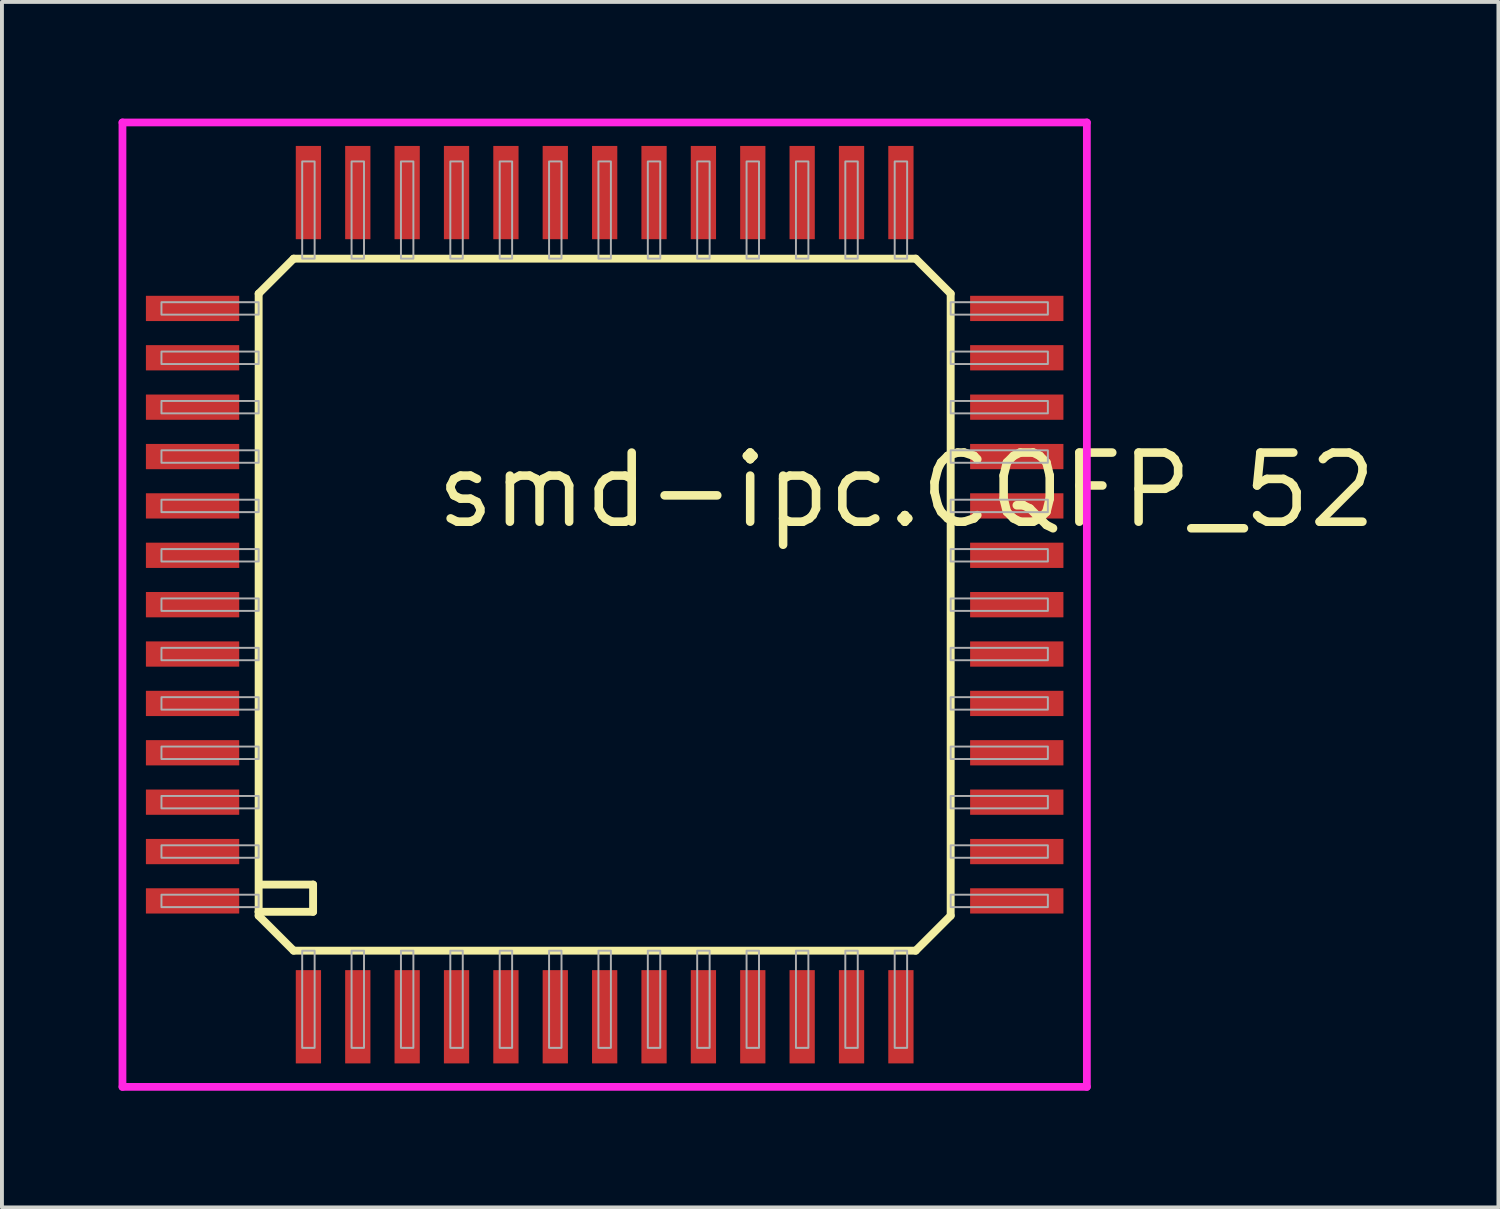
<source format=kicad_pcb>
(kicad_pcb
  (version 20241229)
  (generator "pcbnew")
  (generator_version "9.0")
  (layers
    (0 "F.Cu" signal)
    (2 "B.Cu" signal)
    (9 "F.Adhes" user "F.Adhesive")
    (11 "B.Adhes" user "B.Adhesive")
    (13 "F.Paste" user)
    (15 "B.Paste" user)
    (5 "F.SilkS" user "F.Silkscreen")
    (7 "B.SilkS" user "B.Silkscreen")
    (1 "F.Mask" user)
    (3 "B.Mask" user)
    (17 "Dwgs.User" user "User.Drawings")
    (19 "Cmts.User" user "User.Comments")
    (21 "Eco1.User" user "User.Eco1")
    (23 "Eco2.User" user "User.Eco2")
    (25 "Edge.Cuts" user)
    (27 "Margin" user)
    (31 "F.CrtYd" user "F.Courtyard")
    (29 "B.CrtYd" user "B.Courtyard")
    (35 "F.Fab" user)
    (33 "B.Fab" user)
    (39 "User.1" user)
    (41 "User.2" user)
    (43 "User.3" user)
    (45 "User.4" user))
  (footprint "smd-ipc.CQFP_52"
    (layer "F.Cu")
    (at 12.503 12.503)
    (property "Reference" "smd-ipc.CQFP_52" (at -4.445 -1.905 0) (layer "F.SilkS") (effects (font (size 1.778 1.778) (thickness 0.22)) (justify left bottom)))
    (attr smd)
    (fp_line (start -8.9 -8) (end -8.9 7.9) (stroke (width 0.203) (type default)) (layer "F.SilkS"))
    (fp_line (start -8.9 -8) (end -8 -8.9) (stroke (width 0.203) (type default)) (layer "F.SilkS"))
    (fp_line (start -8.9 7.9) (end -8.9 8) (stroke (width 0.203) (type default)) (layer "F.SilkS"))
    (fp_line (start -8.9 7.9) (end -7.5 7.9) (stroke (width 0.203) (type default)) (layer "F.SilkS"))
    (fp_line (start -8.9 8) (end -8 8.9) (stroke (width 0.203) (type default)) (layer "F.SilkS"))
    (fp_line (start -8 8.9) (end 8 8.9) (stroke (width 0.203) (type default)) (layer "F.SilkS"))
    (fp_line (start -7.5 7.2) (end -8.8 7.2) (stroke (width 0.203) (type default)) (layer "F.SilkS"))
    (fp_line (start -7.5 7.9) (end -7.5 7.2) (stroke (width 0.203) (type default)) (layer "F.SilkS"))
    (fp_line (start 8 -8.9) (end -8 -8.9) (stroke (width 0.203) (type default)) (layer "F.SilkS"))
    (fp_line (start 8 -8.9) (end 8.9 -8) (stroke (width 0.203) (type default)) (layer "F.SilkS"))
    (fp_line (start 8 8.9) (end 8.9 8) (stroke (width 0.203) (type default)) (layer "F.SilkS"))
    (fp_line (start 8.9 8) (end 8.9 -8) (stroke (width 0.203) (type default)) (layer "F.SilkS"))
    (fp_line (start -12.403 -12.403) (end 12.403 -12.403) (stroke (width 0.2) (type default)) (layer "F.CrtYd"))
    (fp_line (start -12.403 12.403) (end -12.403 -12.403) (stroke (width 0.2) (type default)) (layer "F.CrtYd"))
    (fp_line (start 12.403 -12.403) (end 12.403 12.403) (stroke (width 0.2) (type default)) (layer "F.CrtYd"))
    (fp_line (start 12.403 12.403) (end -12.403 12.403) (stroke (width 0.2) (type default)) (layer "F.CrtYd"))
    (fp_rect (start -11.4 -7.46) (end -8.9 -7.78) (stroke (width 0.05) (type default)) (fill no) (layer "F.Fab"))
    (fp_rect (start -11.4 -6.19) (end -8.9 -6.51) (stroke (width 0.05) (type default)) (fill no) (layer "F.Fab"))
    (fp_rect (start -11.4 -4.92) (end -8.9 -5.24) (stroke (width 0.05) (type default)) (fill no) (layer "F.Fab"))
    (fp_rect (start -11.4 -3.65) (end -8.9 -3.97) (stroke (width 0.05) (type default)) (fill no) (layer "F.Fab"))
    (fp_rect (start -11.4 -2.38) (end -8.9 -2.7) (stroke (width 0.05) (type default)) (fill no) (layer "F.Fab"))
    (fp_rect (start -11.4 -1.11) (end -8.9 -1.43) (stroke (width 0.05) (type default)) (fill no) (layer "F.Fab"))
    (fp_rect (start -11.4 0.16) (end -8.9 -0.16) (stroke (width 0.05) (type default)) (fill no) (layer "F.Fab"))
    (fp_rect (start -11.4 1.43) (end -8.9 1.11) (stroke (width 0.05) (type default)) (fill no) (layer "F.Fab"))
    (fp_rect (start -11.4 2.7) (end -8.9 2.38) (stroke (width 0.05) (type default)) (fill no) (layer "F.Fab"))
    (fp_rect (start -11.4 3.97) (end -8.9 3.65) (stroke (width 0.05) (type default)) (fill no) (layer "F.Fab"))
    (fp_rect (start -11.4 5.24) (end -8.9 4.92) (stroke (width 0.05) (type default)) (fill no) (layer "F.Fab"))
    (fp_rect (start -11.4 6.51) (end -8.9 6.19) (stroke (width 0.05) (type default)) (fill no) (layer "F.Fab"))
    (fp_rect (start -11.4 7.78) (end -8.9 7.46) (stroke (width 0.05) (type default)) (fill no) (layer "F.Fab"))
    (fp_rect (start -7.78 -8.9) (end -7.46 -11.4) (stroke (width 0.05) (type default)) (fill no) (layer "F.Fab"))
    (fp_rect (start -7.78 11.4) (end -7.46 8.9) (stroke (width 0.05) (type default)) (fill no) (layer "F.Fab"))
    (fp_rect (start -6.51 -8.9) (end -6.19 -11.4) (stroke (width 0.05) (type default)) (fill no) (layer "F.Fab"))
    (fp_rect (start -6.51 11.4) (end -6.19 8.9) (stroke (width 0.05) (type default)) (fill no) (layer "F.Fab"))
    (fp_rect (start -5.24 -8.9) (end -4.92 -11.4) (stroke (width 0.05) (type default)) (fill no) (layer "F.Fab"))
    (fp_rect (start -5.24 11.4) (end -4.92 8.9) (stroke (width 0.05) (type default)) (fill no) (layer "F.Fab"))
    (fp_rect (start -3.97 -8.9) (end -3.65 -11.4) (stroke (width 0.05) (type default)) (fill no) (layer "F.Fab"))
    (fp_rect (start -3.97 11.4) (end -3.65 8.9) (stroke (width 0.05) (type default)) (fill no) (layer "F.Fab"))
    (fp_rect (start -2.7 -8.9) (end -2.38 -11.4) (stroke (width 0.05) (type default)) (fill no) (layer "F.Fab"))
    (fp_rect (start -2.7 11.4) (end -2.38 8.9) (stroke (width 0.05) (type default)) (fill no) (layer "F.Fab"))
    (fp_rect (start -1.43 -8.9) (end -1.11 -11.4) (stroke (width 0.05) (type default)) (fill no) (layer "F.Fab"))
    (fp_rect (start -1.43 11.4) (end -1.11 8.9) (stroke (width 0.05) (type default)) (fill no) (layer "F.Fab"))
    (fp_rect (start -0.16 -8.9) (end 0.16 -11.4) (stroke (width 0.05) (type default)) (fill no) (layer "F.Fab"))
    (fp_rect (start -0.16 11.4) (end 0.16 8.9) (stroke (width 0.05) (type default)) (fill no) (layer "F.Fab"))
    (fp_rect (start 1.11 -8.9) (end 1.43 -11.4) (stroke (width 0.05) (type default)) (fill no) (layer "F.Fab"))
    (fp_rect (start 1.11 11.4) (end 1.43 8.9) (stroke (width 0.05) (type default)) (fill no) (layer "F.Fab"))
    (fp_rect (start 2.38 -8.9) (end 2.7 -11.4) (stroke (width 0.05) (type default)) (fill no) (layer "F.Fab"))
    (fp_rect (start 2.38 11.4) (end 2.7 8.9) (stroke (width 0.05) (type default)) (fill no) (layer "F.Fab"))
    (fp_rect (start 3.65 -8.9) (end 3.97 -11.4) (stroke (width 0.05) (type default)) (fill no) (layer "F.Fab"))
    (fp_rect (start 3.65 11.4) (end 3.97 8.9) (stroke (width 0.05) (type default)) (fill no) (layer "F.Fab"))
    (fp_rect (start 4.92 -8.9) (end 5.24 -11.4) (stroke (width 0.05) (type default)) (fill no) (layer "F.Fab"))
    (fp_rect (start 4.92 11.4) (end 5.24 8.9) (stroke (width 0.05) (type default)) (fill no) (layer "F.Fab"))
    (fp_rect (start 6.19 -8.9) (end 6.51 -11.4) (stroke (width 0.05) (type default)) (fill no) (layer "F.Fab"))
    (fp_rect (start 6.19 11.4) (end 6.51 8.9) (stroke (width 0.05) (type default)) (fill no) (layer "F.Fab"))
    (fp_rect (start 7.46 -8.9) (end 7.78 -11.4) (stroke (width 0.05) (type default)) (fill no) (layer "F.Fab"))
    (fp_rect (start 7.46 11.4) (end 7.78 8.9) (stroke (width 0.05) (type default)) (fill no) (layer "F.Fab"))
    (fp_rect (start 8.9 -7.46) (end 11.4 -7.78) (stroke (width 0.05) (type default)) (fill no) (layer "F.Fab"))
    (fp_rect (start 8.9 -6.19) (end 11.4 -6.51) (stroke (width 0.05) (type default)) (fill no) (layer "F.Fab"))
    (fp_rect (start 8.9 -4.92) (end 11.4 -5.24) (stroke (width 0.05) (type default)) (fill no) (layer "F.Fab"))
    (fp_rect (start 8.9 -3.65) (end 11.4 -3.97) (stroke (width 0.05) (type default)) (fill no) (layer "F.Fab"))
    (fp_rect (start 8.9 -2.38) (end 11.4 -2.7) (stroke (width 0.05) (type default)) (fill no) (layer "F.Fab"))
    (fp_rect (start 8.9 -1.11) (end 11.4 -1.43) (stroke (width 0.05) (type default)) (fill no) (layer "F.Fab"))
    (fp_rect (start 8.9 0.16) (end 11.4 -0.16) (stroke (width 0.05) (type default)) (fill no) (layer "F.Fab"))
    (fp_rect (start 8.9 1.43) (end 11.4 1.11) (stroke (width 0.05) (type default)) (fill no) (layer "F.Fab"))
    (fp_rect (start 8.9 2.7) (end 11.4 2.38) (stroke (width 0.05) (type default)) (fill no) (layer "F.Fab"))
    (fp_rect (start 8.9 3.97) (end 11.4 3.65) (stroke (width 0.05) (type default)) (fill no) (layer "F.Fab"))
    (fp_rect (start 8.9 5.24) (end 11.4 4.92) (stroke (width 0.05) (type default)) (fill no) (layer "F.Fab"))
    (fp_rect (start 8.9 6.51) (end 11.4 6.19) (stroke (width 0.05) (type default)) (fill no) (layer "F.Fab"))
    (fp_rect (start 8.9 7.78) (end 11.4 7.46) (stroke (width 0.05) (type default)) (fill no) (layer "F.Fab"))
    (pad "1" smd roundrect (at -7.62 10.6) (size 0.65 2.4) (layers "F.Cu" "F.Mask" "F.Paste") (roundrect_rratio 0.01))
    (pad "2" smd roundrect (at -6.35 10.6) (size 0.65 2.4) (layers "F.Cu" "F.Mask" "F.Paste") (roundrect_rratio 0.01))
    (pad "3" smd roundrect (at -5.08 10.6) (size 0.65 2.4) (layers "F.Cu" "F.Mask" "F.Paste") (roundrect_rratio 0.01))
    (pad "4" smd roundrect (at -3.81 10.6) (size 0.65 2.4) (layers "F.Cu" "F.Mask" "F.Paste") (roundrect_rratio 0.01))
    (pad "5" smd roundrect (at -2.54 10.6) (size 0.65 2.4) (layers "F.Cu" "F.Mask" "F.Paste") (roundrect_rratio 0.01))
    (pad "6" smd roundrect (at -1.27 10.6) (size 0.65 2.4) (layers "F.Cu" "F.Mask" "F.Paste") (roundrect_rratio 0.01))
    (pad "7" smd roundrect (at 0 10.6) (size 0.65 2.4) (layers "F.Cu" "F.Mask" "F.Paste") (roundrect_rratio 0.01))
    (pad "8" smd roundrect (at 1.27 10.6) (size 0.65 2.4) (layers "F.Cu" "F.Mask" "F.Paste") (roundrect_rratio 0.01))
    (pad "9" smd roundrect (at 2.54 10.6) (size 0.65 2.4) (layers "F.Cu" "F.Mask" "F.Paste") (roundrect_rratio 0.01))
    (pad "10" smd roundrect (at 3.81 10.6) (size 0.65 2.4) (layers "F.Cu" "F.Mask" "F.Paste") (roundrect_rratio 0.01))
    (pad "11" smd roundrect (at 5.08 10.6) (size 0.65 2.4) (layers "F.Cu" "F.Mask" "F.Paste") (roundrect_rratio 0.01))
    (pad "12" smd roundrect (at 6.35 10.6) (size 0.65 2.4) (layers "F.Cu" "F.Mask" "F.Paste") (roundrect_rratio 0.01))
    (pad "13" smd roundrect (at 7.62 10.6) (size 0.65 2.4) (layers "F.Cu" "F.Mask" "F.Paste") (roundrect_rratio 0.01))
    (pad "14" smd roundrect (at 10.6 7.62) (size 2.4 0.65) (layers "F.Cu" "F.Mask" "F.Paste") (roundrect_rratio 0.01))
    (pad "15" smd roundrect (at 10.6 6.35) (size 2.4 0.65) (layers "F.Cu" "F.Mask" "F.Paste") (roundrect_rratio 0.01))
    (pad "16" smd roundrect (at 10.6 5.08) (size 2.4 0.65) (layers "F.Cu" "F.Mask" "F.Paste") (roundrect_rratio 0.01))
    (pad "17" smd roundrect (at 10.6 3.81) (size 2.4 0.65) (layers "F.Cu" "F.Mask" "F.Paste") (roundrect_rratio 0.01))
    (pad "18" smd roundrect (at 10.6 2.54) (size 2.4 0.65) (layers "F.Cu" "F.Mask" "F.Paste") (roundrect_rratio 0.01))
    (pad "19" smd roundrect (at 10.6 1.27) (size 2.4 0.65) (layers "F.Cu" "F.Mask" "F.Paste") (roundrect_rratio 0.01))
    (pad "20" smd roundrect (at 10.6 0) (size 2.4 0.65) (layers "F.Cu" "F.Mask" "F.Paste") (roundrect_rratio 0.01))
    (pad "21" smd roundrect (at 10.6 -1.27) (size 2.4 0.65) (layers "F.Cu" "F.Mask" "F.Paste") (roundrect_rratio 0.01))
    (pad "22" smd roundrect (at 10.6 -2.54) (size 2.4 0.65) (layers "F.Cu" "F.Mask" "F.Paste") (roundrect_rratio 0.01))
    (pad "23" smd roundrect (at 10.6 -3.81) (size 2.4 0.65) (layers "F.Cu" "F.Mask" "F.Paste") (roundrect_rratio 0.01))
    (pad "24" smd roundrect (at 10.6 -5.08) (size 2.4 0.65) (layers "F.Cu" "F.Mask" "F.Paste") (roundrect_rratio 0.01))
    (pad "25" smd roundrect (at 10.6 -6.35) (size 2.4 0.65) (layers "F.Cu" "F.Mask" "F.Paste") (roundrect_rratio 0.01))
    (pad "26" smd roundrect (at 10.6 -7.62) (size 2.4 0.65) (layers "F.Cu" "F.Mask" "F.Paste") (roundrect_rratio 0.01))
    (pad "27" smd roundrect (at 7.62 -10.6) (size 0.65 2.4) (layers "F.Cu" "F.Mask" "F.Paste") (roundrect_rratio 0.01))
    (pad "28" smd roundrect (at 6.35 -10.6) (size 0.65 2.4) (layers "F.Cu" "F.Mask" "F.Paste") (roundrect_rratio 0.01))
    (pad "29" smd roundrect (at 5.08 -10.6) (size 0.65 2.4) (layers "F.Cu" "F.Mask" "F.Paste") (roundrect_rratio 0.01))
    (pad "30" smd roundrect (at 3.81 -10.6) (size 0.65 2.4) (layers "F.Cu" "F.Mask" "F.Paste") (roundrect_rratio 0.01))
    (pad "31" smd roundrect (at 2.54 -10.6) (size 0.65 2.4) (layers "F.Cu" "F.Mask" "F.Paste") (roundrect_rratio 0.01))
    (pad "32" smd roundrect (at 1.27 -10.6) (size 0.65 2.4) (layers "F.Cu" "F.Mask" "F.Paste") (roundrect_rratio 0.01))
    (pad "33" smd roundrect (at 0 -10.6) (size 0.65 2.4) (layers "F.Cu" "F.Mask" "F.Paste") (roundrect_rratio 0.01))
    (pad "34" smd roundrect (at -1.27 -10.6) (size 0.65 2.4) (layers "F.Cu" "F.Mask" "F.Paste") (roundrect_rratio 0.01))
    (pad "35" smd roundrect (at -2.54 -10.6) (size 0.65 2.4) (layers "F.Cu" "F.Mask" "F.Paste") (roundrect_rratio 0.01))
    (pad "36" smd roundrect (at -3.81 -10.6) (size 0.65 2.4) (layers "F.Cu" "F.Mask" "F.Paste") (roundrect_rratio 0.01))
    (pad "37" smd roundrect (at -5.08 -10.6) (size 0.65 2.4) (layers "F.Cu" "F.Mask" "F.Paste") (roundrect_rratio 0.01))
    (pad "38" smd roundrect (at -6.35 -10.6) (size 0.65 2.4) (layers "F.Cu" "F.Mask" "F.Paste") (roundrect_rratio 0.01))
    (pad "39" smd roundrect (at -7.62 -10.6) (size 0.65 2.4) (layers "F.Cu" "F.Mask" "F.Paste") (roundrect_rratio 0.01))
    (pad "40" smd roundrect (at -10.6 -7.62) (size 2.4 0.65) (layers "F.Cu" "F.Mask" "F.Paste") (roundrect_rratio 0.01))
    (pad "41" smd roundrect (at -10.6 -6.35) (size 2.4 0.65) (layers "F.Cu" "F.Mask" "F.Paste") (roundrect_rratio 0.01))
    (pad "42" smd roundrect (at -10.6 -5.08) (size 2.4 0.65) (layers "F.Cu" "F.Mask" "F.Paste") (roundrect_rratio 0.01))
    (pad "43" smd roundrect (at -10.6 -3.81) (size 2.4 0.65) (layers "F.Cu" "F.Mask" "F.Paste") (roundrect_rratio 0.01))
    (pad "44" smd roundrect (at -10.6 -2.54) (size 2.4 0.65) (layers "F.Cu" "F.Mask" "F.Paste") (roundrect_rratio 0.01))
    (pad "45" smd roundrect (at -10.6 -1.27) (size 2.4 0.65) (layers "F.Cu" "F.Mask" "F.Paste") (roundrect_rratio 0.01))
    (pad "46" smd roundrect (at -10.6 0) (size 2.4 0.65) (layers "F.Cu" "F.Mask" "F.Paste") (roundrect_rratio 0.01))
    (pad "47" smd roundrect (at -10.6 1.27) (size 2.4 0.65) (layers "F.Cu" "F.Mask" "F.Paste") (roundrect_rratio 0.01))
    (pad "48" smd roundrect (at -10.6 2.54) (size 2.4 0.65) (layers "F.Cu" "F.Mask" "F.Paste") (roundrect_rratio 0.01))
    (pad "49" smd roundrect (at -10.6 3.81) (size 2.4 0.65) (layers "F.Cu" "F.Mask" "F.Paste") (roundrect_rratio 0.01))
    (pad "50" smd roundrect (at -10.6 5.08) (size 2.4 0.65) (layers "F.Cu" "F.Mask" "F.Paste") (roundrect_rratio 0.01))
    (pad "51" smd roundrect (at -10.6 6.35) (size 2.4 0.65) (layers "F.Cu" "F.Mask" "F.Paste") (roundrect_rratio 0.01))
    (pad "52" smd roundrect (at -10.6 7.62) (size 2.4 0.65) (layers "F.Cu" "F.Mask" "F.Paste") (roundrect_rratio 0.01)))
  (gr_rect
    (start -3 -3)
    (end 35.492 28.006)
    (stroke (width 0.1) (type default))
    (fill no)
    (layer "Edge.Cuts")))
</source>
